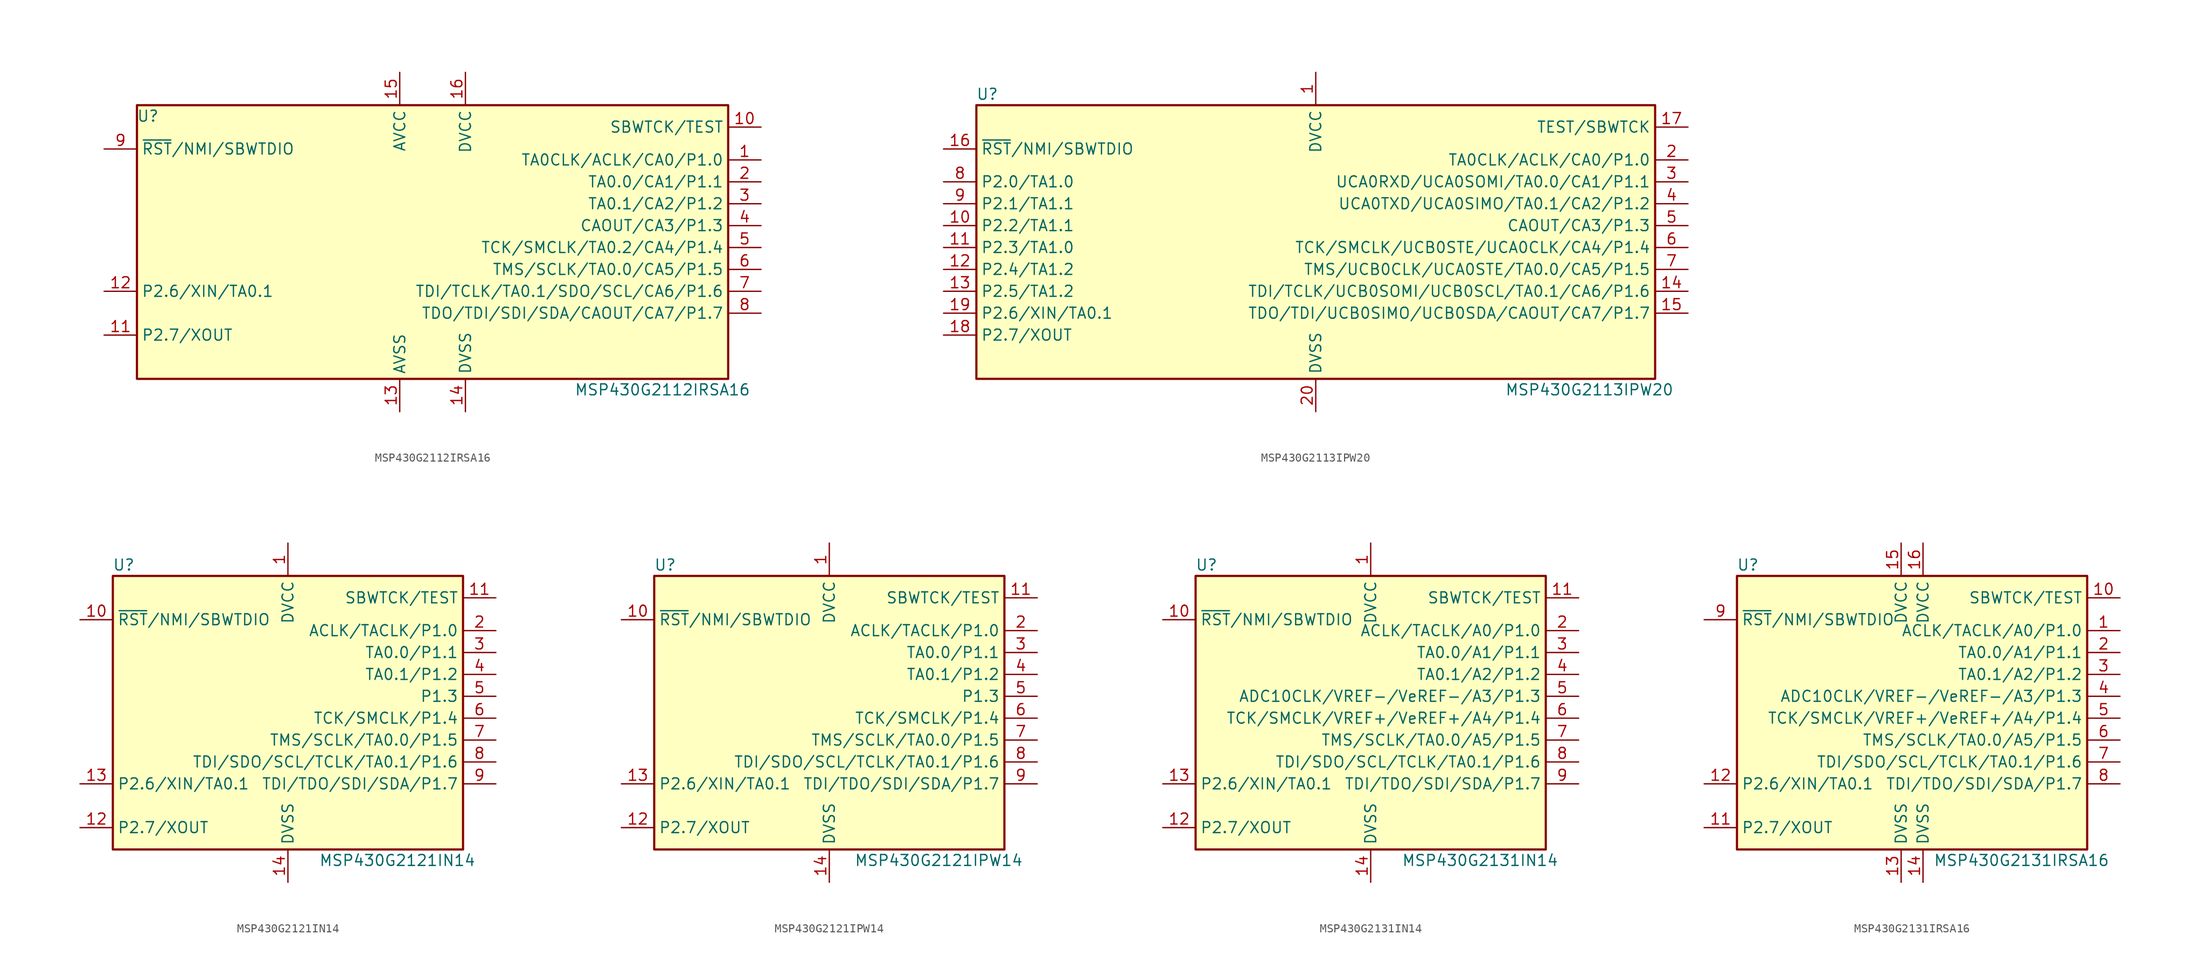
<source format=kicad_sym>
(kicad_symbol_lib
  (version 20201005)
  (generator kicad_symbol_editor)
  (symbol "MSP430G2112IRSA16"
    (property "Reference" "U"
      (at -33.02 15.24 0)
      (effects (font (size 1.27 1.27))))
    (property "Value" "MSP430G2112IRSA16"
      (at 26.67 -16.51 0)
      (effects (font (size 1.27 1.27))))
    (symbol "MSP430G2112IRSA16_0_1"
      (rectangle (start -34.29 16.51) (end 34.29 -15.24) (stroke (width 0.254)) (fill (type background))))
    (symbol "MSP430G2112IRSA16_1_1"
      (pin bidirectional line (at 38.1 10.16 180) (length 3.81) (name "TA0CLK/ACLK/CA0/P1.0" (effects (font (size 1.27 1.27)))) (number "1" (effects (font (size 1.27 1.27)))))
      (pin input line (at 38.1 13.97 180) (length 3.81) (name "SBWTCK/TEST" (effects (font (size 1.27 1.27)))) (number "10" (effects (font (size 1.27 1.27)))))
      (pin bidirectional line (at -38.1 -10.16 0) (length 3.81) (name "P2.7/XOUT" (effects (font (size 1.27 1.27)))) (number "11" (effects (font (size 1.27 1.27)))))
      (pin bidirectional line (at -38.1 -5.08 0) (length 3.81) (name "P2.6/XIN/TA0.1" (effects (font (size 1.27 1.27)))) (number "12" (effects (font (size 1.27 1.27)))))
      (pin power_in line (at -3.81 -19.05 90) (length 3.81) (name "AVSS" (effects (font (size 1.27 1.27)))) (number "13" (effects (font (size 1.27 1.27)))))
      (pin power_in line (at 3.81 -19.05 90) (length 3.81) (name "DVSS" (effects (font (size 1.27 1.27)))) (number "14" (effects (font (size 1.27 1.27)))))
      (pin power_in line (at -3.81 20.32 270) (length 3.81) (name "AVCC" (effects (font (size 1.27 1.27)))) (number "15" (effects (font (size 1.27 1.27)))))
      (pin power_in line (at 3.81 20.32 270) (length 3.81) (name "DVCC" (effects (font (size 1.27 1.27)))) (number "16" (effects (font (size 1.27 1.27)))))
      (pin bidirectional line (at 38.1 7.62 180) (length 3.81) (name "TA0.0/CA1/P1.1" (effects (font (size 1.27 1.27)))) (number "2" (effects (font (size 1.27 1.27)))))
      (pin bidirectional line (at 38.1 5.08 180) (length 3.81) (name "TA0.1/CA2/P1.2" (effects (font (size 1.27 1.27)))) (number "3" (effects (font (size 1.27 1.27)))))
      (pin bidirectional line (at 38.1 2.54 180) (length 3.81) (name "CAOUT/CA3/P1.3" (effects (font (size 1.27 1.27)))) (number "4" (effects (font (size 1.27 1.27)))))
      (pin bidirectional line (at 38.1 0 180) (length 3.81) (name "TCK/SMCLK/TA0.2/CA4/P1.4" (effects (font (size 1.27 1.27)))) (number "5" (effects (font (size 1.27 1.27)))))
      (pin bidirectional line (at 38.1 -2.54 180) (length 3.81) (name "TMS/SCLK/TA0.0/CA5/P1.5" (effects (font (size 1.27 1.27)))) (number "6" (effects (font (size 1.27 1.27)))))
      (pin bidirectional line (at 38.1 -5.08 180) (length 3.81) (name "TDI/TCLK/TA0.1/SDO/SCL/CA6/P1.6" (effects (font (size 1.27 1.27)))) (number "7" (effects (font (size 1.27 1.27)))))
      (pin bidirectional line (at 38.1 -7.62 180) (length 3.81) (name "TDO/TDI/SDI/SDA/CAOUT/CA7/P1.7" (effects (font (size 1.27 1.27)))) (number "8" (effects (font (size 1.27 1.27)))))
      (pin input line (at -38.1 11.43 0) (length 3.81) (name "~RST~/NMI/SBWTDIO" (effects (font (size 1.27 1.27)))) (number "9" (effects (font (size 1.27 1.27)))))))
  (symbol "MSP430G2113IPW20"
    (property "Reference" "U"
      (at -38.1 17.78 0)
      (effects (font (size 1.27 1.27))))
    (property "Value" "MSP430G2113IPW20"
      (at 31.75 -16.51 0)
      (effects (font (size 1.27 1.27))))
    (symbol "MSP430G2113IPW20_0_1"
      (rectangle (start -39.37 16.51) (end 39.37 -15.24) (stroke (width 0.254)) (fill (type background))))
    (symbol "MSP430G2113IPW20_1_1"
      (pin power_in line (at 0 20.32 270) (length 3.81) (name "DVCC" (effects (font (size 1.27 1.27)))) (number "1" (effects (font (size 1.27 1.27)))))
      (pin bidirectional line (at -43.18 2.54 0) (length 3.81) (name "P2.2/TA1.1" (effects (font (size 1.27 1.27)))) (number "10" (effects (font (size 1.27 1.27)))))
      (pin bidirectional line (at -43.18 0 0) (length 3.81) (name "P2.3/TA1.0" (effects (font (size 1.27 1.27)))) (number "11" (effects (font (size 1.27 1.27)))))
      (pin bidirectional line (at -43.18 -2.54 0) (length 3.81) (name "P2.4/TA1.2" (effects (font (size 1.27 1.27)))) (number "12" (effects (font (size 1.27 1.27)))))
      (pin bidirectional line (at -43.18 -5.08 0) (length 3.81) (name "P2.5/TA1.2" (effects (font (size 1.27 1.27)))) (number "13" (effects (font (size 1.27 1.27)))))
      (pin bidirectional line (at 43.18 -5.08 180) (length 3.81) (name "TDI/TCLK/UCB0SOMI/UCB0SCL/TA0.1/CA6/P1.6" (effects (font (size 1.27 1.27)))) (number "14" (effects (font (size 1.27 1.27)))))
      (pin bidirectional line (at 43.18 -7.62 180) (length 3.81) (name "TDO/TDI/UCB0SIMO/UCB0SDA/CAOUT/CA7/P1.7" (effects (font (size 1.27 1.27)))) (number "15" (effects (font (size 1.27 1.27)))))
      (pin input line (at -43.18 11.43 0) (length 3.81) (name "~RST~/NMI/SBWTDIO" (effects (font (size 1.27 1.27)))) (number "16" (effects (font (size 1.27 1.27)))))
      (pin input line (at 43.18 13.97 180) (length 3.81) (name "TEST/SBWTCK" (effects (font (size 1.27 1.27)))) (number "17" (effects (font (size 1.27 1.27)))))
      (pin bidirectional line (at -43.18 -10.16 0) (length 3.81) (name "P2.7/XOUT" (effects (font (size 1.27 1.27)))) (number "18" (effects (font (size 1.27 1.27)))))
      (pin bidirectional line (at -43.18 -7.62 0) (length 3.81) (name "P2.6/XIN/TA0.1" (effects (font (size 1.27 1.27)))) (number "19" (effects (font (size 1.27 1.27)))))
      (pin bidirectional line (at 43.18 10.16 180) (length 3.81) (name "TA0CLK/ACLK/CA0/P1.0" (effects (font (size 1.27 1.27)))) (number "2" (effects (font (size 1.27 1.27)))))
      (pin power_in line (at 0 -19.05 90) (length 3.81) (name "DVSS" (effects (font (size 1.27 1.27)))) (number "20" (effects (font (size 1.27 1.27)))))
      (pin bidirectional line (at 43.18 7.62 180) (length 3.81) (name "UCA0RXD/UCA0SOMI/TA0.0/CA1/P1.1" (effects (font (size 1.27 1.27)))) (number "3" (effects (font (size 1.27 1.27)))))
      (pin bidirectional line (at 43.18 5.08 180) (length 3.81) (name "UCA0TXD/UCA0SIMO/TA0.1/CA2/P1.2" (effects (font (size 1.27 1.27)))) (number "4" (effects (font (size 1.27 1.27)))))
      (pin bidirectional line (at 43.18 2.54 180) (length 3.81) (name "CAOUT/CA3/P1.3" (effects (font (size 1.27 1.27)))) (number "5" (effects (font (size 1.27 1.27)))))
      (pin bidirectional line (at 43.18 0 180) (length 3.81) (name "TCK/SMCLK/UCB0STE/UCA0CLK/CA4/P1.4" (effects (font (size 1.27 1.27)))) (number "6" (effects (font (size 1.27 1.27)))))
      (pin bidirectional line (at 43.18 -2.54 180) (length 3.81) (name "TMS/UCB0CLK/UCA0STE/TA0.0/CA5/P1.5" (effects (font (size 1.27 1.27)))) (number "7" (effects (font (size 1.27 1.27)))))
      (pin bidirectional line (at -43.18 7.62 0) (length 3.81) (name "P2.0/TA1.0" (effects (font (size 1.27 1.27)))) (number "8" (effects (font (size 1.27 1.27)))))
      (pin bidirectional line (at -43.18 5.08 0) (length 3.81) (name "P2.1/TA1.1" (effects (font (size 1.27 1.27)))) (number "9" (effects (font (size 1.27 1.27)))))))
  (symbol "MSP430G2121IN14"
    (property "Reference" "U"
      (at -19.05 17.78 0)
      (effects (font (size 1.27 1.27))))
    (property "Value" "MSP430G2121IN14"
      (at 12.7 -16.51 0)
      (effects (font (size 1.27 1.27))))
    (symbol "MSP430G2121IN14_0_1"
      (rectangle (start -20.32 16.51) (end 20.32 -15.24) (stroke (width 0.254)) (fill (type background))))
    (symbol "MSP430G2121IN14_1_1"
      (pin power_in line (at 0 20.32 270) (length 3.81) (name "DVCC" (effects (font (size 1.27 1.27)))) (number "1" (effects (font (size 1.27 1.27)))))
      (pin input line (at -24.13 11.43 0) (length 3.81) (name "~RST~/NMI/SBWTDIO" (effects (font (size 1.27 1.27)))) (number "10" (effects (font (size 1.27 1.27)))))
      (pin input line (at 24.13 13.97 180) (length 3.81) (name "SBWTCK/TEST" (effects (font (size 1.27 1.27)))) (number "11" (effects (font (size 1.27 1.27)))))
      (pin bidirectional line (at -24.13 -12.7 0) (length 3.81) (name "P2.7/XOUT" (effects (font (size 1.27 1.27)))) (number "12" (effects (font (size 1.27 1.27)))))
      (pin bidirectional line (at -24.13 -7.62 0) (length 3.81) (name "P2.6/XIN/TA0.1" (effects (font (size 1.27 1.27)))) (number "13" (effects (font (size 1.27 1.27)))))
      (pin power_in line (at 0 -19.05 90) (length 3.81) (name "DVSS" (effects (font (size 1.27 1.27)))) (number "14" (effects (font (size 1.27 1.27)))))
      (pin bidirectional line (at 24.13 10.16 180) (length 3.81) (name "ACLK/TACLK/P1.0" (effects (font (size 1.27 1.27)))) (number "2" (effects (font (size 1.27 1.27)))))
      (pin bidirectional line (at 24.13 7.62 180) (length 3.81) (name "TA0.0/P1.1" (effects (font (size 1.27 1.27)))) (number "3" (effects (font (size 1.27 1.27)))))
      (pin bidirectional line (at 24.13 5.08 180) (length 3.81) (name "TA0.1/P1.2" (effects (font (size 1.27 1.27)))) (number "4" (effects (font (size 1.27 1.27)))))
      (pin bidirectional line (at 24.13 2.54 180) (length 3.81) (name "P1.3" (effects (font (size 1.27 1.27)))) (number "5" (effects (font (size 1.27 1.27)))))
      (pin bidirectional line (at 24.13 0 180) (length 3.81) (name "TCK/SMCLK/P1.4" (effects (font (size 1.27 1.27)))) (number "6" (effects (font (size 1.27 1.27)))))
      (pin bidirectional line (at 24.13 -2.54 180) (length 3.81) (name "TMS/SCLK/TA0.0/P1.5" (effects (font (size 1.27 1.27)))) (number "7" (effects (font (size 1.27 1.27)))))
      (pin bidirectional line (at 24.13 -5.08 180) (length 3.81) (name "TDI/SDO/SCL/TCLK/TA0.1/P1.6" (effects (font (size 1.27 1.27)))) (number "8" (effects (font (size 1.27 1.27)))))
      (pin bidirectional line (at 24.13 -7.62 180) (length 3.81) (name "TDI/TDO/SDI/SDA/P1.7" (effects (font (size 1.27 1.27)))) (number "9" (effects (font (size 1.27 1.27)))))))
  (symbol "MSP430G2121IPW14"
    (property "Reference" "U"
      (at -19.05 17.78 0)
      (effects (font (size 1.27 1.27))))
    (property "Value" "MSP430G2121IPW14"
      (at 12.7 -16.51 0)
      (effects (font (size 1.27 1.27))))
    (symbol "MSP430G2121IPW14_0_1"
      (rectangle (start -20.32 16.51) (end 20.32 -15.24) (stroke (width 0.254)) (fill (type background))))
    (symbol "MSP430G2121IPW14_1_1"
      (pin power_in line (at 0 20.32 270) (length 3.81) (name "DVCC" (effects (font (size 1.27 1.27)))) (number "1" (effects (font (size 1.27 1.27)))))
      (pin input line (at -24.13 11.43 0) (length 3.81) (name "~RST~/NMI/SBWTDIO" (effects (font (size 1.27 1.27)))) (number "10" (effects (font (size 1.27 1.27)))))
      (pin input line (at 24.13 13.97 180) (length 3.81) (name "SBWTCK/TEST" (effects (font (size 1.27 1.27)))) (number "11" (effects (font (size 1.27 1.27)))))
      (pin bidirectional line (at -24.13 -12.7 0) (length 3.81) (name "P2.7/XOUT" (effects (font (size 1.27 1.27)))) (number "12" (effects (font (size 1.27 1.27)))))
      (pin bidirectional line (at -24.13 -7.62 0) (length 3.81) (name "P2.6/XIN/TA0.1" (effects (font (size 1.27 1.27)))) (number "13" (effects (font (size 1.27 1.27)))))
      (pin power_in line (at 0 -19.05 90) (length 3.81) (name "DVSS" (effects (font (size 1.27 1.27)))) (number "14" (effects (font (size 1.27 1.27)))))
      (pin bidirectional line (at 24.13 10.16 180) (length 3.81) (name "ACLK/TACLK/P1.0" (effects (font (size 1.27 1.27)))) (number "2" (effects (font (size 1.27 1.27)))))
      (pin bidirectional line (at 24.13 7.62 180) (length 3.81) (name "TA0.0/P1.1" (effects (font (size 1.27 1.27)))) (number "3" (effects (font (size 1.27 1.27)))))
      (pin bidirectional line (at 24.13 5.08 180) (length 3.81) (name "TA0.1/P1.2" (effects (font (size 1.27 1.27)))) (number "4" (effects (font (size 1.27 1.27)))))
      (pin bidirectional line (at 24.13 2.54 180) (length 3.81) (name "P1.3" (effects (font (size 1.27 1.27)))) (number "5" (effects (font (size 1.27 1.27)))))
      (pin bidirectional line (at 24.13 0 180) (length 3.81) (name "TCK/SMCLK/P1.4" (effects (font (size 1.27 1.27)))) (number "6" (effects (font (size 1.27 1.27)))))
      (pin bidirectional line (at 24.13 -2.54 180) (length 3.81) (name "TMS/SCLK/TA0.0/P1.5" (effects (font (size 1.27 1.27)))) (number "7" (effects (font (size 1.27 1.27)))))
      (pin bidirectional line (at 24.13 -5.08 180) (length 3.81) (name "TDI/SDO/SCL/TCLK/TA0.1/P1.6" (effects (font (size 1.27 1.27)))) (number "8" (effects (font (size 1.27 1.27)))))
      (pin bidirectional line (at 24.13 -7.62 180) (length 3.81) (name "TDI/TDO/SDI/SDA/P1.7" (effects (font (size 1.27 1.27)))) (number "9" (effects (font (size 1.27 1.27)))))))
  (symbol "MSP430G2131IN14"
    (property "Reference" "U"
      (at -19.05 17.78 0)
      (effects (font (size 1.27 1.27))))
    (property "Value" "MSP430G2131IN14"
      (at 12.7 -16.51 0)
      (effects (font (size 1.27 1.27))))
    (symbol "MSP430G2131IN14_0_1"
      (rectangle (start -20.32 16.51) (end 20.32 -15.24) (stroke (width 0.254)) (fill (type background))))
    (symbol "MSP430G2131IN14_1_1"
      (pin power_in line (at 0 20.32 270) (length 3.81) (name "DVCC" (effects (font (size 1.27 1.27)))) (number "1" (effects (font (size 1.27 1.27)))))
      (pin input line (at -24.13 11.43 0) (length 3.81) (name "~RST~/NMI/SBWTDIO" (effects (font (size 1.27 1.27)))) (number "10" (effects (font (size 1.27 1.27)))))
      (pin input line (at 24.13 13.97 180) (length 3.81) (name "SBWTCK/TEST" (effects (font (size 1.27 1.27)))) (number "11" (effects (font (size 1.27 1.27)))))
      (pin bidirectional line (at -24.13 -12.7 0) (length 3.81) (name "P2.7/XOUT" (effects (font (size 1.27 1.27)))) (number "12" (effects (font (size 1.27 1.27)))))
      (pin bidirectional line (at -24.13 -7.62 0) (length 3.81) (name "P2.6/XIN/TA0.1" (effects (font (size 1.27 1.27)))) (number "13" (effects (font (size 1.27 1.27)))))
      (pin power_in line (at 0 -19.05 90) (length 3.81) (name "DVSS" (effects (font (size 1.27 1.27)))) (number "14" (effects (font (size 1.27 1.27)))))
      (pin bidirectional line (at 24.13 10.16 180) (length 3.81) (name "ACLK/TACLK/A0/P1.0" (effects (font (size 1.27 1.27)))) (number "2" (effects (font (size 1.27 1.27)))))
      (pin bidirectional line (at 24.13 7.62 180) (length 3.81) (name "TA0.0/A1/P1.1" (effects (font (size 1.27 1.27)))) (number "3" (effects (font (size 1.27 1.27)))))
      (pin bidirectional line (at 24.13 5.08 180) (length 3.81) (name "TA0.1/A2/P1.2" (effects (font (size 1.27 1.27)))) (number "4" (effects (font (size 1.27 1.27)))))
      (pin bidirectional line (at 24.13 2.54 180) (length 3.81) (name "ADC10CLK/VREF-/VeREF-/A3/P1.3" (effects (font (size 1.27 1.27)))) (number "5" (effects (font (size 1.27 1.27)))))
      (pin bidirectional line (at 24.13 0 180) (length 3.81) (name "TCK/SMCLK/VREF+/VeREF+/A4/P1.4" (effects (font (size 1.27 1.27)))) (number "6" (effects (font (size 1.27 1.27)))))
      (pin bidirectional line (at 24.13 -2.54 180) (length 3.81) (name "TMS/SCLK/TA0.0/A5/P1.5" (effects (font (size 1.27 1.27)))) (number "7" (effects (font (size 1.27 1.27)))))
      (pin bidirectional line (at 24.13 -5.08 180) (length 3.81) (name "TDI/SDO/SCL/TCLK/TA0.1/P1.6" (effects (font (size 1.27 1.27)))) (number "8" (effects (font (size 1.27 1.27)))))
      (pin bidirectional line (at 24.13 -7.62 180) (length 3.81) (name "TDI/TDO/SDI/SDA/P1.7" (effects (font (size 1.27 1.27)))) (number "9" (effects (font (size 1.27 1.27)))))))
  (symbol "MSP430G2131IRSA16"
    (property "Reference" "U"
      (at -19.05 17.78 0)
      (effects (font (size 1.27 1.27))))
    (property "Value" "MSP430G2131IRSA16"
      (at 12.7 -16.51 0)
      (effects (font (size 1.27 1.27))))
    (symbol "MSP430G2131IRSA16_0_1"
      (rectangle (start -20.32 16.51) (end 20.32 -15.24) (stroke (width 0.254)) (fill (type background))))
    (symbol "MSP430G2131IRSA16_1_1"
      (pin bidirectional line (at 24.13 10.16 180) (length 3.81) (name "ACLK/TACLK/A0/P1.0" (effects (font (size 1.27 1.27)))) (number "1" (effects (font (size 1.27 1.27)))))
      (pin input line (at 24.13 13.97 180) (length 3.81) (name "SBWTCK/TEST" (effects (font (size 1.27 1.27)))) (number "10" (effects (font (size 1.27 1.27)))))
      (pin bidirectional line (at -24.13 -12.7 0) (length 3.81) (name "P2.7/XOUT" (effects (font (size 1.27 1.27)))) (number "11" (effects (font (size 1.27 1.27)))))
      (pin bidirectional line (at -24.13 -7.62 0) (length 3.81) (name "P2.6/XIN/TA0.1" (effects (font (size 1.27 1.27)))) (number "12" (effects (font (size 1.27 1.27)))))
      (pin power_in line (at -1.27 -19.05 90) (length 3.81) (name "DVSS" (effects (font (size 1.27 1.27)))) (number "13" (effects (font (size 1.27 1.27)))))
      (pin power_in line (at 1.27 -19.05 90) (length 3.81) (name "DVSS" (effects (font (size 1.27 1.27)))) (number "14" (effects (font (size 1.27 1.27)))))
      (pin power_in line (at -1.27 20.32 270) (length 3.81) (name "DVCC" (effects (font (size 1.27 1.27)))) (number "15" (effects (font (size 1.27 1.27)))))
      (pin power_in line (at 1.27 20.32 270) (length 3.81) (name "DVCC" (effects (font (size 1.27 1.27)))) (number "16" (effects (font (size 1.27 1.27)))))
      (pin bidirectional line (at 24.13 7.62 180) (length 3.81) (name "TA0.0/A1/P1.1" (effects (font (size 1.27 1.27)))) (number "2" (effects (font (size 1.27 1.27)))))
      (pin bidirectional line (at 24.13 5.08 180) (length 3.81) (name "TA0.1/A2/P1.2" (effects (font (size 1.27 1.27)))) (number "3" (effects (font (size 1.27 1.27)))))
      (pin bidirectional line (at 24.13 2.54 180) (length 3.81) (name "ADC10CLK/VREF-/VeREF-/A3/P1.3" (effects (font (size 1.27 1.27)))) (number "4" (effects (font (size 1.27 1.27)))))
      (pin bidirectional line (at 24.13 0 180) (length 3.81) (name "TCK/SMCLK/VREF+/VeREF+/A4/P1.4" (effects (font (size 1.27 1.27)))) (number "5" (effects (font (size 1.27 1.27)))))
      (pin bidirectional line (at 24.13 -2.54 180) (length 3.81) (name "TMS/SCLK/TA0.0/A5/P1.5" (effects (font (size 1.27 1.27)))) (number "6" (effects (font (size 1.27 1.27)))))
      (pin bidirectional line (at 24.13 -5.08 180) (length 3.81) (name "TDI/SDO/SCL/TCLK/TA0.1/P1.6" (effects (font (size 1.27 1.27)))) (number "7" (effects (font (size 1.27 1.27)))))
      (pin bidirectional line (at 24.13 -7.62 180) (length 3.81) (name "TDI/TDO/SDI/SDA/P1.7" (effects (font (size 1.27 1.27)))) (number "8" (effects (font (size 1.27 1.27)))))
      (pin input line (at -24.13 11.43 0) (length 3.81) (name "~RST~/NMI/SBWTDIO" (effects (font (size 1.27 1.27)))) (number "9" (effects (font (size 1.27 1.27))))))))
</source>
